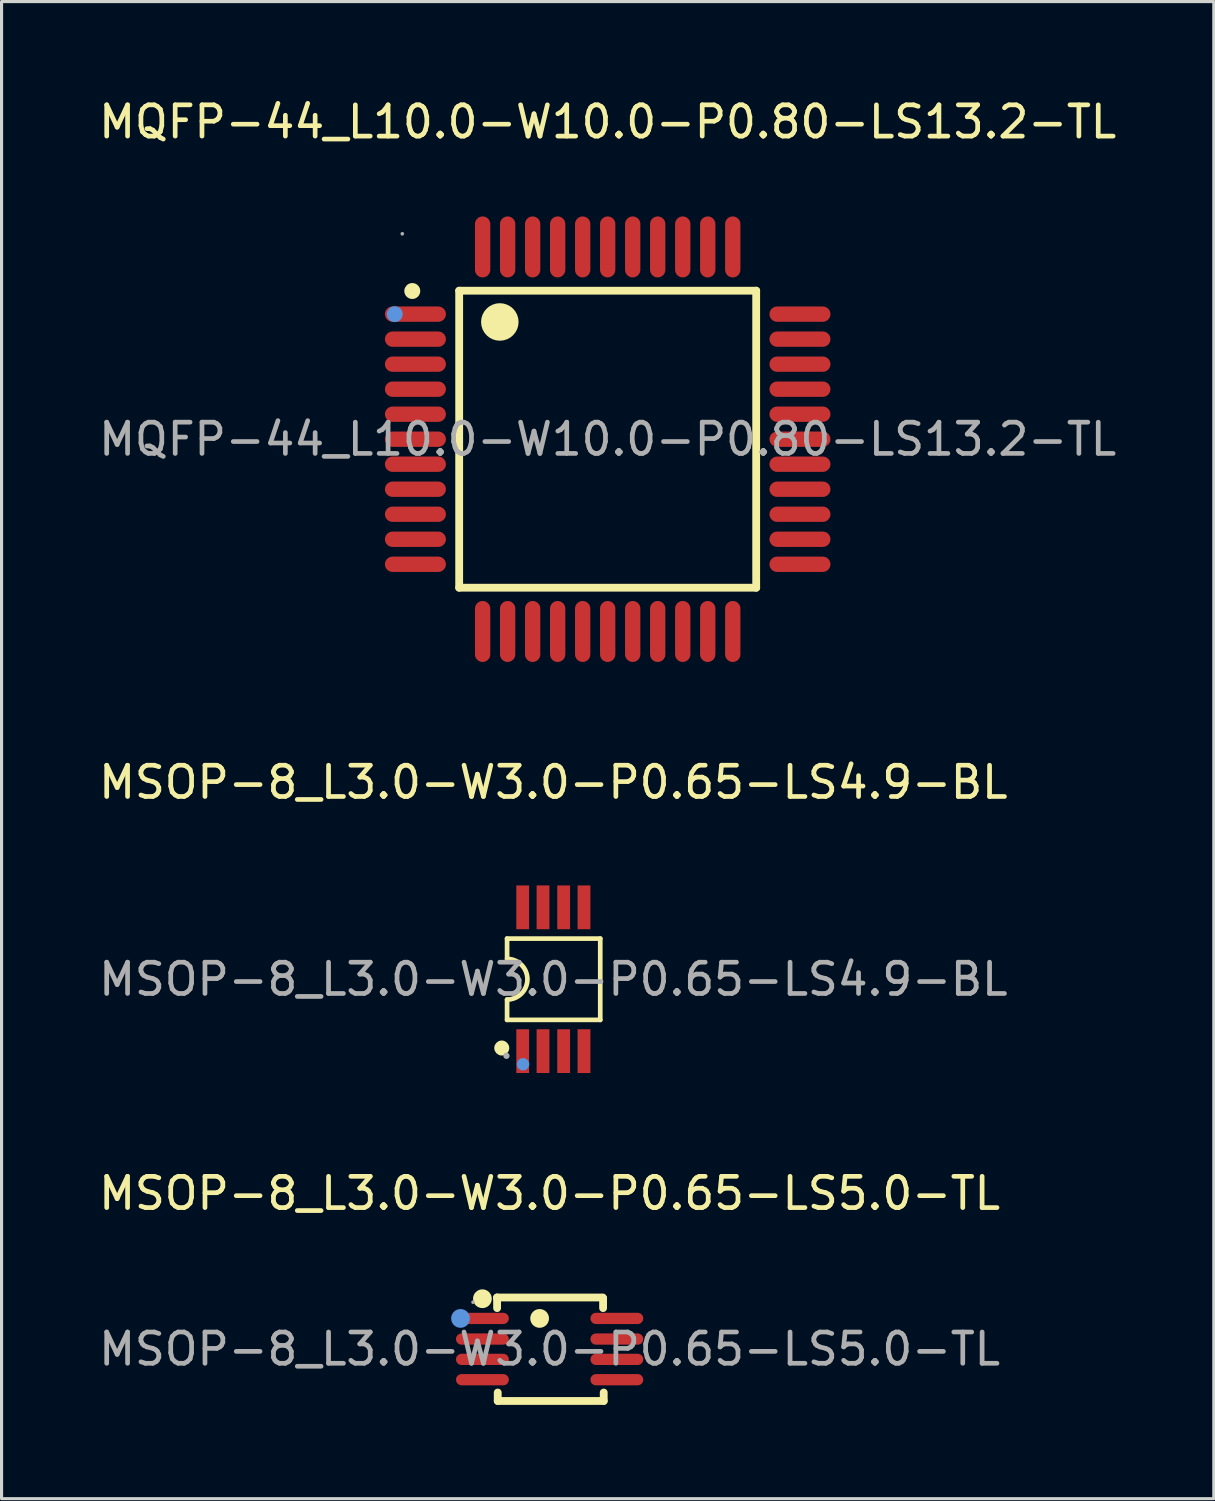
<source format=kicad_pcb>
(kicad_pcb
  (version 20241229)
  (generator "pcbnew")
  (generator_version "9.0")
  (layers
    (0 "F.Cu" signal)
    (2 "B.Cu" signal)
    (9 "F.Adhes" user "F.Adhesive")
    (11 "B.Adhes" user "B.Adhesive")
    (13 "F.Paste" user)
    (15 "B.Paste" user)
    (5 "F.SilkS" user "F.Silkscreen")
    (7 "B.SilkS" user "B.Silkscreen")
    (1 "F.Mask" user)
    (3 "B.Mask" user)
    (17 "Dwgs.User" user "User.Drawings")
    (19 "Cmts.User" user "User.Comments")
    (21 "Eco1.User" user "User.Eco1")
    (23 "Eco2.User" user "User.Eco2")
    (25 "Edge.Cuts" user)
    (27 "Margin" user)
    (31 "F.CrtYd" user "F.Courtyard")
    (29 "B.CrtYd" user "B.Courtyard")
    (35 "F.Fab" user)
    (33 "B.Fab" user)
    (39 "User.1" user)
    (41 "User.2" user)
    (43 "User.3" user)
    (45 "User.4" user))
  (footprint "MSOP-8_L3.0-W3.0-P0.65-LS4.9-BL"
    (layer "F.Cu")
    (at 14.649 28.271)
    (property "Reference" "MSOP-8_L3.0-W3.0-P0.65-LS4.9-BL" (at 0 -6.3 0) (layer "F.SilkS") (effects (font (size 1 1) (thickness 0.15))))
    (attr through_hole)
    (fp_line (start -1.48 -1.3) (end -1.48 -0.65) (stroke (width 0.15) (type solid)) (layer "F.SilkS"))
    (fp_line (start -1.48 0.65) (end -1.48 1.3) (stroke (width 0.15) (type solid)) (layer "F.SilkS"))
    (fp_line (start -1.48 1.3) (end 1.5 1.3) (stroke (width 0.15) (type solid)) (layer "F.SilkS"))
    (fp_line (start 1.5 -1.3) (end -1.48 -1.3) (stroke (width 0.15) (type solid)) (layer "F.SilkS"))
    (fp_line (start 1.5 1.3) (end 1.5 -1.3) (stroke (width 0.15) (type solid)) (layer "F.SilkS"))
    (fp_arc (start -1.48 -0.65) (mid -0.83 0) (end -1.48 0.65) (stroke (width 0.15) (type solid)) (layer "F.SilkS"))
    (fp_circle (center -1.65 2.2) (end -1.53 2.2) (stroke (width 0.24) (type solid)) (fill no) (layer "F.SilkS"))
    (fp_circle (center -0.97 2.72) (end -0.87 2.72) (stroke (width 0.2) (type solid)) (fill no) (layer "Cmts.User"))
    (fp_circle (center -1.5 2.45) (end -1.45 2.45) (stroke (width 0.1) (type solid)) (fill no) (layer "F.Fab"))
    (fp_text user "${REFERENCE}" (at 0 0 0) (layer "F.Fab") (effects (font (size 1 1) (thickness 0.15))))
    (pad "1" smd rect (at -0.98 2.3) (size 0.41 1.4) (layers "F.Cu" "F.Mask" "F.Paste"))
    (pad "2" smd rect (at -0.33 2.3) (size 0.41 1.4) (layers "F.Cu" "F.Mask" "F.Paste"))
    (pad "3" smd rect (at 0.33 2.3) (size 0.41 1.4) (layers "F.Cu" "F.Mask" "F.Paste"))
    (pad "4" smd rect (at 0.98 2.3) (size 0.41 1.4) (layers "F.Cu" "F.Mask" "F.Paste"))
    (pad "5" smd rect (at 0.98 -2.3) (size 0.41 1.4) (layers "F.Cu" "F.Mask" "F.Paste"))
    (pad "6" smd rect (at 0.33 -2.3) (size 0.41 1.4) (layers "F.Cu" "F.Mask" "F.Paste"))
    (pad "7" smd rect (at -0.33 -2.3) (size 0.41 1.4) (layers "F.Cu" "F.Mask" "F.Paste"))
    (pad "8" smd rect (at -0.98 -2.3) (size 0.41 1.4) (layers "F.Cu" "F.Mask" "F.Paste")))
  (footprint "MQFP-44_L10.0-W10.0-P0.80-LS13.2-TL"
    (layer "F.Cu")
    (at 16.387 10.998)
    (property "Reference" "MQFP-44_L10.0-W10.0-P0.80-LS13.2-TL" (at 0 -10.15 0) (layer "F.SilkS") (effects (font (size 1 1) (thickness 0.15))))
    (attr through_hole)
    (fp_line (start -4.75 -4.75) (end 4.75 -4.75) (stroke (width 0.25) (type solid)) (layer "F.SilkS"))
    (fp_line (start -4.75 4.75) (end -4.75 -4.75) (stroke (width 0.25) (type solid)) (layer "F.SilkS"))
    (fp_line (start 4.75 -4.75) (end 4.75 4.75) (stroke (width 0.25) (type solid)) (layer "F.SilkS"))
    (fp_line (start 4.75 4.75) (end -4.75 4.75) (stroke (width 0.25) (type solid)) (layer "F.SilkS"))
    (fp_arc (start -3.45 -3.75) (mid -3.45 -3.75) (end -3.45 -3.75) (stroke (width 0.6) (type solid)) (layer "F.SilkS"))
    (fp_circle (center -6.25 -4.74) (end -6.12 -4.74) (stroke (width 0.25) (type solid)) (fill no) (layer "F.SilkS"))
    (fp_circle (center -6.81 -4) (end -6.68 -4) (stroke (width 0.25) (type solid)) (fill no) (layer "Cmts.User"))
    (fp_circle (center -6.57 -6.57) (end -6.54 -6.57) (stroke (width 0.06) (type solid)) (fill no) (layer "F.Fab"))
    (fp_text user "${REFERENCE}" (at 0 0 0) (layer "F.Fab") (effects (font (size 1 1) (thickness 0.15))))
    (pad "1" smd oval (at -6.15 -4 90) (size 0.49 1.95) (layers "F.Cu" "F.Mask" "F.Paste"))
    (pad "2" smd oval (at -6.15 -3.2 90) (size 0.49 1.95) (layers "F.Cu" "F.Mask" "F.Paste"))
    (pad "3" smd oval (at -6.15 -2.4 90) (size 0.49 1.95) (layers "F.Cu" "F.Mask" "F.Paste"))
    (pad "4" smd oval (at -6.15 -1.6 90) (size 0.49 1.95) (layers "F.Cu" "F.Mask" "F.Paste"))
    (pad "5" smd oval (at -6.15 -0.8 90) (size 0.49 1.95) (layers "F.Cu" "F.Mask" "F.Paste"))
    (pad "6" smd oval (at -6.15 0 90) (size 0.49 1.95) (layers "F.Cu" "F.Mask" "F.Paste"))
    (pad "7" smd oval (at -6.15 0.8 90) (size 0.49 1.95) (layers "F.Cu" "F.Mask" "F.Paste"))
    (pad "8" smd oval (at -6.15 1.6 90) (size 0.49 1.95) (layers "F.Cu" "F.Mask" "F.Paste"))
    (pad "9" smd oval (at -6.15 2.4 90) (size 0.49 1.95) (layers "F.Cu" "F.Mask" "F.Paste"))
    (pad "10" smd oval (at -6.15 3.2 90) (size 0.49 1.95) (layers "F.Cu" "F.Mask" "F.Paste"))
    (pad "11" smd oval (at -6.15 4 90) (size 0.49 1.95) (layers "F.Cu" "F.Mask" "F.Paste"))
    (pad "12" smd oval (at -4 6.15) (size 0.49 1.95) (layers "F.Cu" "F.Mask" "F.Paste"))
    (pad "13" smd oval (at -3.2 6.15) (size 0.49 1.95) (layers "F.Cu" "F.Mask" "F.Paste"))
    (pad "14" smd oval (at -2.4 6.15) (size 0.49 1.95) (layers "F.Cu" "F.Mask" "F.Paste"))
    (pad "15" smd oval (at -1.6 6.15) (size 0.49 1.95) (layers "F.Cu" "F.Mask" "F.Paste"))
    (pad "16" smd oval (at -0.8 6.15) (size 0.49 1.95) (layers "F.Cu" "F.Mask" "F.Paste"))
    (pad "17" smd oval (at 0 6.15) (size 0.49 1.95) (layers "F.Cu" "F.Mask" "F.Paste"))
    (pad "18" smd oval (at 0.8 6.15) (size 0.49 1.95) (layers "F.Cu" "F.Mask" "F.Paste"))
    (pad "19" smd oval (at 1.6 6.15) (size 0.49 1.95) (layers "F.Cu" "F.Mask" "F.Paste"))
    (pad "20" smd oval (at 2.4 6.15) (size 0.49 1.95) (layers "F.Cu" "F.Mask" "F.Paste"))
    (pad "21" smd oval (at 3.2 6.15) (size 0.49 1.95) (layers "F.Cu" "F.Mask" "F.Paste"))
    (pad "22" smd oval (at 4 6.15) (size 0.49 1.95) (layers "F.Cu" "F.Mask" "F.Paste"))
    (pad "23" smd oval (at 6.15 4 90) (size 0.49 1.95) (layers "F.Cu" "F.Mask" "F.Paste"))
    (pad "24" smd oval (at 6.15 3.2 90) (size 0.49 1.95) (layers "F.Cu" "F.Mask" "F.Paste"))
    (pad "25" smd oval (at 6.15 2.4 90) (size 0.49 1.95) (layers "F.Cu" "F.Mask" "F.Paste"))
    (pad "26" smd oval (at 6.15 1.6 90) (size 0.49 1.95) (layers "F.Cu" "F.Mask" "F.Paste"))
    (pad "27" smd oval (at 6.15 0.8 90) (size 0.49 1.95) (layers "F.Cu" "F.Mask" "F.Paste"))
    (pad "28" smd oval (at 6.15 0 90) (size 0.49 1.95) (layers "F.Cu" "F.Mask" "F.Paste"))
    (pad "29" smd oval (at 6.15 -0.8 90) (size 0.49 1.95) (layers "F.Cu" "F.Mask" "F.Paste"))
    (pad "30" smd oval (at 6.15 -1.6 90) (size 0.49 1.95) (layers "F.Cu" "F.Mask" "F.Paste"))
    (pad "31" smd oval (at 6.15 -2.4 90) (size 0.49 1.95) (layers "F.Cu" "F.Mask" "F.Paste"))
    (pad "32" smd oval (at 6.15 -3.2 90) (size 0.49 1.95) (layers "F.Cu" "F.Mask" "F.Paste"))
    (pad "33" smd oval (at 6.15 -4 90) (size 0.49 1.95) (layers "F.Cu" "F.Mask" "F.Paste"))
    (pad "34" smd oval (at 4 -6.15) (size 0.49 1.95) (layers "F.Cu" "F.Mask" "F.Paste"))
    (pad "35" smd oval (at 3.2 -6.15) (size 0.49 1.95) (layers "F.Cu" "F.Mask" "F.Paste"))
    (pad "36" smd oval (at 2.4 -6.15) (size 0.49 1.95) (layers "F.Cu" "F.Mask" "F.Paste"))
    (pad "37" smd oval (at 1.6 -6.15) (size 0.49 1.95) (layers "F.Cu" "F.Mask" "F.Paste"))
    (pad "38" smd oval (at 0.8 -6.15) (size 0.49 1.95) (layers "F.Cu" "F.Mask" "F.Paste"))
    (pad "39" smd oval (at 0 -6.15) (size 0.49 1.95) (layers "F.Cu" "F.Mask" "F.Paste"))
    (pad "40" smd oval (at -0.8 -6.15) (size 0.49 1.95) (layers "F.Cu" "F.Mask" "F.Paste"))
    (pad "41" smd oval (at -1.6 -6.15) (size 0.49 1.95) (layers "F.Cu" "F.Mask" "F.Paste"))
    (pad "42" smd oval (at -2.4 -6.15) (size 0.49 1.95) (layers "F.Cu" "F.Mask" "F.Paste"))
    (pad "43" smd oval (at -3.2 -6.15) (size 0.49 1.95) (layers "F.Cu" "F.Mask" "F.Paste"))
    (pad "44" smd oval (at -4 -6.15) (size 0.49 1.95) (layers "F.Cu" "F.Mask" "F.Paste")))
  (footprint "MSOP-8_L3.0-W3.0-P0.65-LS5.0-TL"
    (layer "F.Cu")
    (at 14.53 40.1)
    (property "Reference" "MSOP-8_L3.0-W3.0-P0.65-LS5.0-TL" (at 0 -4.98 0) (layer "F.SilkS") (effects (font (size 1 1) (thickness 0.15))))
    (attr through_hole)
    (fp_line (start -1.68 -1.65) (end -1.68 -1.64) (stroke (width 0.25) (type solid)) (layer "F.SilkS"))
    (fp_line (start -1.68 -1.64) (end -1.68 -1.31) (stroke (width 0.25) (type solid)) (layer "F.SilkS"))
    (fp_line (start -1.66 1.39) (end -1.66 1.66) (stroke (width 0.25) (type solid)) (layer "F.SilkS"))
    (fp_line (start -1.66 1.66) (end 1.73 1.66) (stroke (width 0.25) (type solid)) (layer "F.SilkS"))
    (fp_line (start 1.7 -1.65) (end -1.68 -1.65) (stroke (width 0.25) (type solid)) (layer "F.SilkS"))
    (fp_line (start 1.71 -1.62) (end 1.69 -1.64) (stroke (width 0.25) (type solid)) (layer "F.SilkS"))
    (fp_line (start 1.71 -1.31) (end 1.71 -1.62) (stroke (width 0.25) (type solid)) (layer "F.SilkS"))
    (fp_line (start 1.73 1.66) (end 1.73 1.39) (stroke (width 0.25) (type solid)) (layer "F.SilkS"))
    (fp_circle (center -2.15 -1.61) (end -2 -1.61) (stroke (width 0.3) (type solid)) (fill no) (layer "F.SilkS"))
    (fp_circle (center -0.32 -0.98) (end -0.17 -0.98) (stroke (width 0.3) (type solid)) (fill no) (layer "F.SilkS"))
    (fp_circle (center -2.85 -0.98) (end -2.7 -0.98) (stroke (width 0.3) (type solid)) (fill no) (layer "Cmts.User"))
    (fp_circle (center -2.45 -1.5) (end -2.42 -1.5) (stroke (width 0.06) (type solid)) (fill no) (layer "F.Fab"))
    (fp_text user "${REFERENCE}" (at 0 0 0) (layer "F.Fab") (effects (font (size 1 1) (thickness 0.15))))
    (pad "1" smd oval (at -2.15 -0.98) (size 1.69 0.36) (layers "F.Cu" "F.Mask" "F.Paste"))
    (pad "2" smd oval (at -2.15 -0.32) (size 1.69 0.36) (layers "F.Cu" "F.Mask" "F.Paste"))
    (pad "3" smd oval (at -2.15 0.33) (size 1.69 0.36) (layers "F.Cu" "F.Mask" "F.Paste"))
    (pad "4" smd oval (at -2.15 0.98) (size 1.69 0.36) (layers "F.Cu" "F.Mask" "F.Paste"))
    (pad "5" smd oval (at 2.15 0.98) (size 1.69 0.36) (layers "F.Cu" "F.Mask" "F.Paste"))
    (pad "6" smd oval (at 2.15 0.33) (size 1.69 0.36) (layers "F.Cu" "F.Mask" "F.Paste"))
    (pad "7" smd oval (at 2.15 -0.32) (size 1.69 0.36) (layers "F.Cu" "F.Mask" "F.Paste"))
    (pad "8" smd oval (at 2.15 -0.98) (size 1.69 0.36) (layers "F.Cu" "F.Mask" "F.Paste")))
  (gr_rect
    (start -3 -3)
    (end 35.774 44.885)
    (stroke (width 0.1) (type default))
    (fill no)
    (layer "Edge.Cuts")))
</source>
